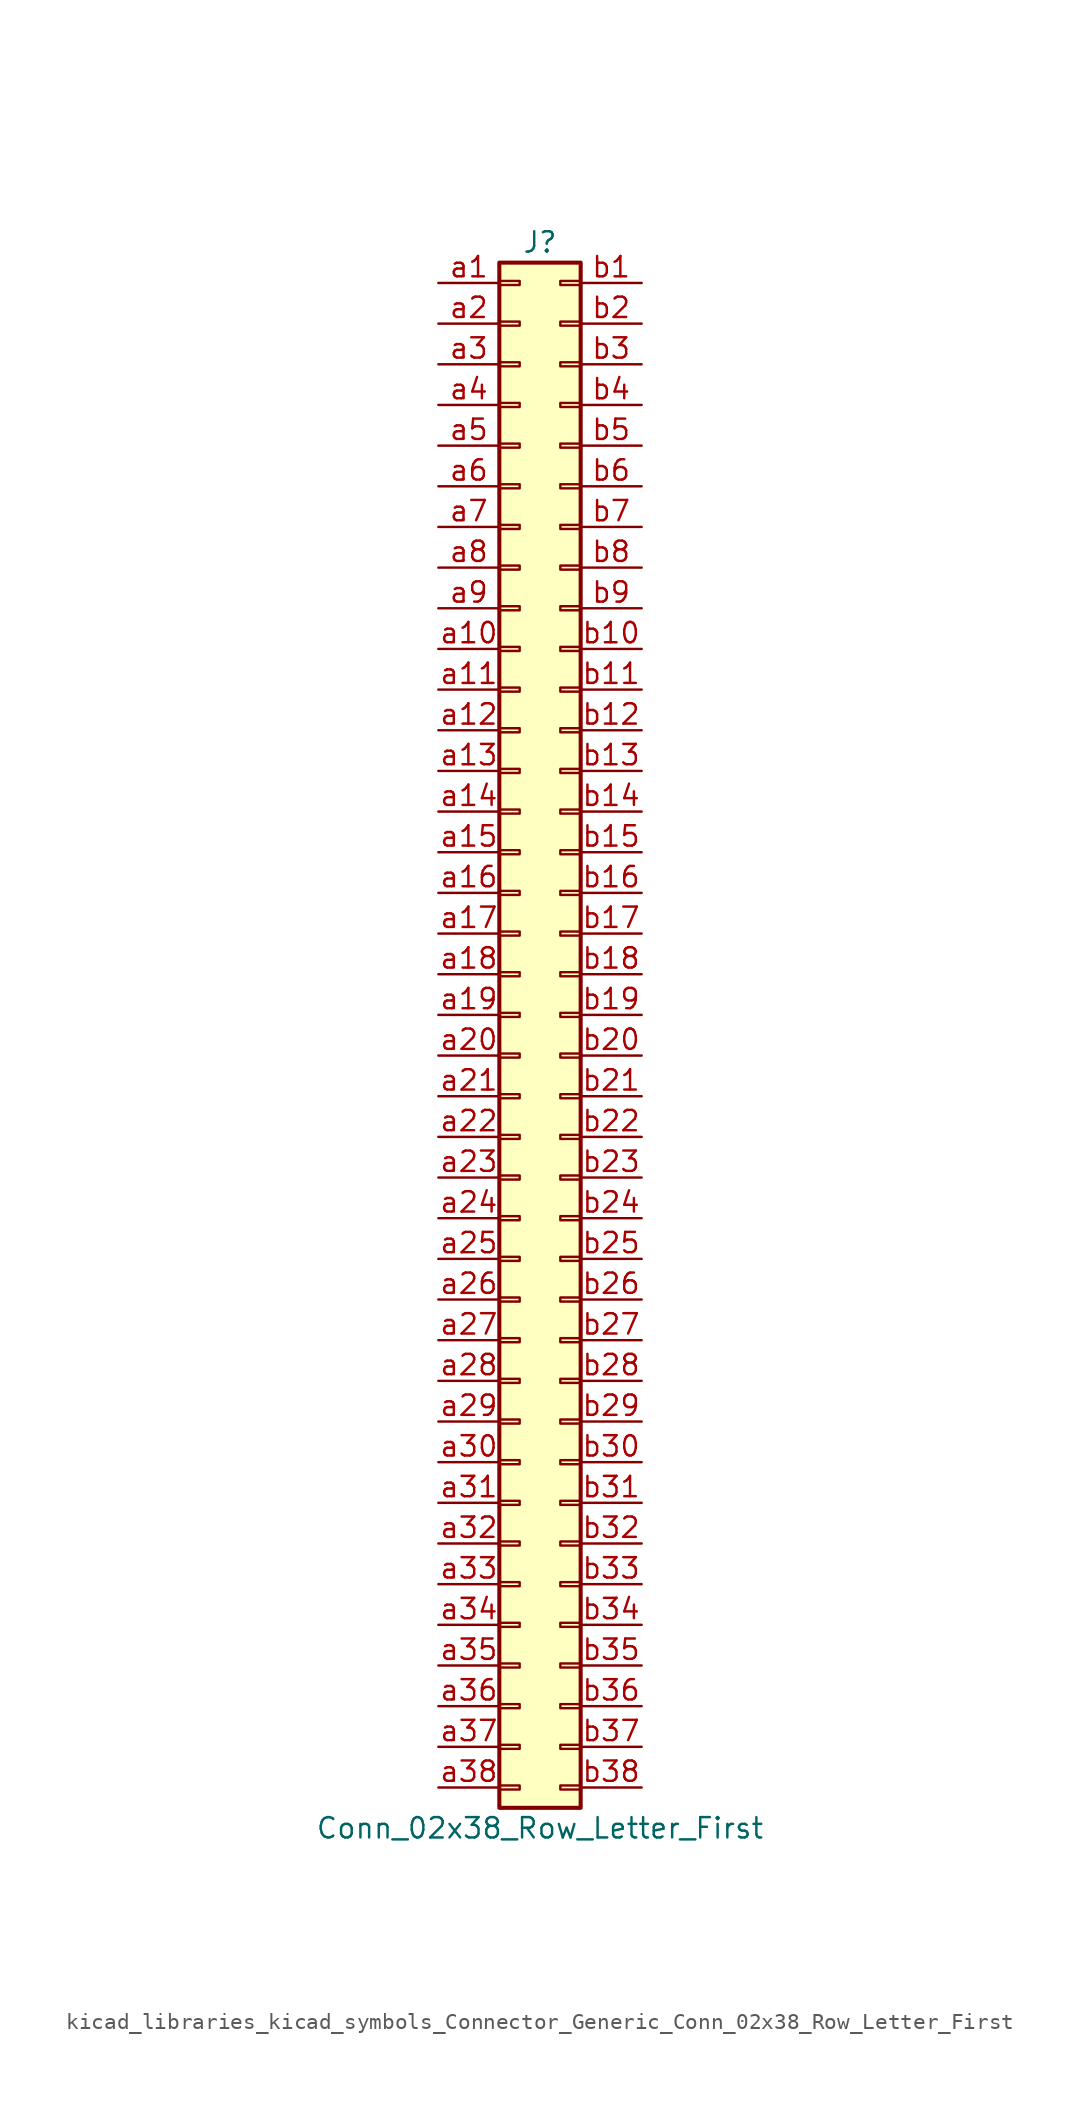
<source format=kicad_sym>
(kicad_symbol_lib
  (version 20220914)
  (generator kicad_symbol_editor)
  (symbol "kicad_libraries_kicad_symbols_Connector_Generic_Conn_02x38_Row_Letter_First"
    (pin_names
      (offset 1.016) hide)
    (property "Reference" "J"
      (at 1.27 48.26 0)
      (effects (font (size 1.27 1.27))))
    (property "Value" "Conn_02x38_Row_Letter_First"
      (at 1.27 -50.8 0)
      (effects (font (size 1.27 1.27))))
    (symbol "kicad_libraries_kicad_symbols_Connector_Generic_Conn_02x38_Row_Letter_First_1_1"
      (rectangle (start -1.27 -48.133) (end 0 -48.387) (stroke (width 0.152) (type default)) (fill (type none)))
      (rectangle (start -1.27 -45.593) (end 0 -45.847) (stroke (width 0.152) (type default)) (fill (type none)))
      (rectangle (start -1.27 -43.053) (end 0 -43.307) (stroke (width 0.152) (type default)) (fill (type none)))
      (rectangle (start -1.27 -40.513) (end 0 -40.767) (stroke (width 0.152) (type default)) (fill (type none)))
      (rectangle (start -1.27 -37.973) (end 0 -38.227) (stroke (width 0.152) (type default)) (fill (type none)))
      (rectangle (start -1.27 -35.433) (end 0 -35.687) (stroke (width 0.152) (type default)) (fill (type none)))
      (rectangle (start -1.27 -32.893) (end 0 -33.147) (stroke (width 0.152) (type default)) (fill (type none)))
      (rectangle (start -1.27 -30.353) (end 0 -30.607) (stroke (width 0.152) (type default)) (fill (type none)))
      (rectangle (start -1.27 -27.813) (end 0 -28.067) (stroke (width 0.152) (type default)) (fill (type none)))
      (rectangle (start -1.27 -25.273) (end 0 -25.527) (stroke (width 0.152) (type default)) (fill (type none)))
      (rectangle (start -1.27 -22.733) (end 0 -22.987) (stroke (width 0.152) (type default)) (fill (type none)))
      (rectangle (start -1.27 -20.193) (end 0 -20.447) (stroke (width 0.152) (type default)) (fill (type none)))
      (rectangle (start -1.27 -17.653) (end 0 -17.907) (stroke (width 0.152) (type default)) (fill (type none)))
      (rectangle (start -1.27 -15.113) (end 0 -15.367) (stroke (width 0.152) (type default)) (fill (type none)))
      (rectangle (start -1.27 -12.573) (end 0 -12.827) (stroke (width 0.152) (type default)) (fill (type none)))
      (rectangle (start -1.27 -10.033) (end 0 -10.287) (stroke (width 0.152) (type default)) (fill (type none)))
      (rectangle (start -1.27 -7.493) (end 0 -7.747) (stroke (width 0.152) (type default)) (fill (type none)))
      (rectangle (start -1.27 -4.953) (end 0 -5.207) (stroke (width 0.152) (type default)) (fill (type none)))
      (rectangle (start -1.27 -2.413) (end 0 -2.667) (stroke (width 0.152) (type default)) (fill (type none)))
      (rectangle (start -1.27 0.127) (end 0 -0.127) (stroke (width 0.152) (type default)) (fill (type none)))
      (rectangle (start -1.27 2.667) (end 0 2.413) (stroke (width 0.152) (type default)) (fill (type none)))
      (rectangle (start -1.27 5.207) (end 0 4.953) (stroke (width 0.152) (type default)) (fill (type none)))
      (rectangle (start -1.27 7.747) (end 0 7.493) (stroke (width 0.152) (type default)) (fill (type none)))
      (rectangle (start -1.27 10.287) (end 0 10.033) (stroke (width 0.152) (type default)) (fill (type none)))
      (rectangle (start -1.27 12.827) (end 0 12.573) (stroke (width 0.152) (type default)) (fill (type none)))
      (rectangle (start -1.27 15.367) (end 0 15.113) (stroke (width 0.152) (type default)) (fill (type none)))
      (rectangle (start -1.27 17.907) (end 0 17.653) (stroke (width 0.152) (type default)) (fill (type none)))
      (rectangle (start -1.27 20.447) (end 0 20.193) (stroke (width 0.152) (type default)) (fill (type none)))
      (rectangle (start -1.27 22.987) (end 0 22.733) (stroke (width 0.152) (type default)) (fill (type none)))
      (rectangle (start -1.27 25.527) (end 0 25.273) (stroke (width 0.152) (type default)) (fill (type none)))
      (rectangle (start -1.27 28.067) (end 0 27.813) (stroke (width 0.152) (type default)) (fill (type none)))
      (rectangle (start -1.27 30.607) (end 0 30.353) (stroke (width 0.152) (type default)) (fill (type none)))
      (rectangle (start -1.27 33.147) (end 0 32.893) (stroke (width 0.152) (type default)) (fill (type none)))
      (rectangle (start -1.27 35.687) (end 0 35.433) (stroke (width 0.152) (type default)) (fill (type none)))
      (rectangle (start -1.27 38.227) (end 0 37.973) (stroke (width 0.152) (type default)) (fill (type none)))
      (rectangle (start -1.27 40.767) (end 0 40.513) (stroke (width 0.152) (type default)) (fill (type none)))
      (rectangle (start -1.27 43.307) (end 0 43.053) (stroke (width 0.152) (type default)) (fill (type none)))
      (rectangle (start -1.27 45.847) (end 0 45.593) (stroke (width 0.152) (type default)) (fill (type none)))
      (rectangle (start -1.27 46.99) (end 3.81 -49.53) (stroke (width 0.254) (type default)) (fill (type background)))
      (rectangle (start 3.81 -48.133) (end 2.54 -48.387) (stroke (width 0.152) (type default)) (fill (type none)))
      (rectangle (start 3.81 -45.593) (end 2.54 -45.847) (stroke (width 0.152) (type default)) (fill (type none)))
      (rectangle (start 3.81 -43.053) (end 2.54 -43.307) (stroke (width 0.152) (type default)) (fill (type none)))
      (rectangle (start 3.81 -40.513) (end 2.54 -40.767) (stroke (width 0.152) (type default)) (fill (type none)))
      (rectangle (start 3.81 -37.973) (end 2.54 -38.227) (stroke (width 0.152) (type default)) (fill (type none)))
      (rectangle (start 3.81 -35.433) (end 2.54 -35.687) (stroke (width 0.152) (type default)) (fill (type none)))
      (rectangle (start 3.81 -32.893) (end 2.54 -33.147) (stroke (width 0.152) (type default)) (fill (type none)))
      (rectangle (start 3.81 -30.353) (end 2.54 -30.607) (stroke (width 0.152) (type default)) (fill (type none)))
      (rectangle (start 3.81 -27.813) (end 2.54 -28.067) (stroke (width 0.152) (type default)) (fill (type none)))
      (rectangle (start 3.81 -25.273) (end 2.54 -25.527) (stroke (width 0.152) (type default)) (fill (type none)))
      (rectangle (start 3.81 -22.733) (end 2.54 -22.987) (stroke (width 0.152) (type default)) (fill (type none)))
      (rectangle (start 3.81 -20.193) (end 2.54 -20.447) (stroke (width 0.152) (type default)) (fill (type none)))
      (rectangle (start 3.81 -17.653) (end 2.54 -17.907) (stroke (width 0.152) (type default)) (fill (type none)))
      (rectangle (start 3.81 -15.113) (end 2.54 -15.367) (stroke (width 0.152) (type default)) (fill (type none)))
      (rectangle (start 3.81 -12.573) (end 2.54 -12.827) (stroke (width 0.152) (type default)) (fill (type none)))
      (rectangle (start 3.81 -10.033) (end 2.54 -10.287) (stroke (width 0.152) (type default)) (fill (type none)))
      (rectangle (start 3.81 -7.493) (end 2.54 -7.747) (stroke (width 0.152) (type default)) (fill (type none)))
      (rectangle (start 3.81 -4.953) (end 2.54 -5.207) (stroke (width 0.152) (type default)) (fill (type none)))
      (rectangle (start 3.81 -2.413) (end 2.54 -2.667) (stroke (width 0.152) (type default)) (fill (type none)))
      (rectangle (start 3.81 0.127) (end 2.54 -0.127) (stroke (width 0.152) (type default)) (fill (type none)))
      (rectangle (start 3.81 2.667) (end 2.54 2.413) (stroke (width 0.152) (type default)) (fill (type none)))
      (rectangle (start 3.81 5.207) (end 2.54 4.953) (stroke (width 0.152) (type default)) (fill (type none)))
      (rectangle (start 3.81 7.747) (end 2.54 7.493) (stroke (width 0.152) (type default)) (fill (type none)))
      (rectangle (start 3.81 10.287) (end 2.54 10.033) (stroke (width 0.152) (type default)) (fill (type none)))
      (rectangle (start 3.81 12.827) (end 2.54 12.573) (stroke (width 0.152) (type default)) (fill (type none)))
      (rectangle (start 3.81 15.367) (end 2.54 15.113) (stroke (width 0.152) (type default)) (fill (type none)))
      (rectangle (start 3.81 17.907) (end 2.54 17.653) (stroke (width 0.152) (type default)) (fill (type none)))
      (rectangle (start 3.81 20.447) (end 2.54 20.193) (stroke (width 0.152) (type default)) (fill (type none)))
      (rectangle (start 3.81 22.987) (end 2.54 22.733) (stroke (width 0.152) (type default)) (fill (type none)))
      (rectangle (start 3.81 25.527) (end 2.54 25.273) (stroke (width 0.152) (type default)) (fill (type none)))
      (rectangle (start 3.81 28.067) (end 2.54 27.813) (stroke (width 0.152) (type default)) (fill (type none)))
      (rectangle (start 3.81 30.607) (end 2.54 30.353) (stroke (width 0.152) (type default)) (fill (type none)))
      (rectangle (start 3.81 33.147) (end 2.54 32.893) (stroke (width 0.152) (type default)) (fill (type none)))
      (rectangle (start 3.81 35.687) (end 2.54 35.433) (stroke (width 0.152) (type default)) (fill (type none)))
      (rectangle (start 3.81 38.227) (end 2.54 37.973) (stroke (width 0.152) (type default)) (fill (type none)))
      (rectangle (start 3.81 40.767) (end 2.54 40.513) (stroke (width 0.152) (type default)) (fill (type none)))
      (rectangle (start 3.81 43.307) (end 2.54 43.053) (stroke (width 0.152) (type default)) (fill (type none)))
      (rectangle (start 3.81 45.847) (end 2.54 45.593) (stroke (width 0.152) (type default)) (fill (type none)))
      (pin passive line (at -5.08 45.72 0) (length 3.81) (name "Pin_a1" (effects (font (size 1.27 1.27)))) (number "a1" (effects (font (size 1.27 1.27)))))
      (pin passive line (at -5.08 22.86 0) (length 3.81) (name "Pin_a10" (effects (font (size 1.27 1.27)))) (number "a10" (effects (font (size 1.27 1.27)))))
      (pin passive line (at -5.08 20.32 0) (length 3.81) (name "Pin_a11" (effects (font (size 1.27 1.27)))) (number "a11" (effects (font (size 1.27 1.27)))))
      (pin passive line (at -5.08 17.78 0) (length 3.81) (name "Pin_a12" (effects (font (size 1.27 1.27)))) (number "a12" (effects (font (size 1.27 1.27)))))
      (pin passive line (at -5.08 15.24 0) (length 3.81) (name "Pin_a13" (effects (font (size 1.27 1.27)))) (number "a13" (effects (font (size 1.27 1.27)))))
      (pin passive line (at -5.08 12.7 0) (length 3.81) (name "Pin_a14" (effects (font (size 1.27 1.27)))) (number "a14" (effects (font (size 1.27 1.27)))))
      (pin passive line (at -5.08 10.16 0) (length 3.81) (name "Pin_a15" (effects (font (size 1.27 1.27)))) (number "a15" (effects (font (size 1.27 1.27)))))
      (pin passive line (at -5.08 7.62 0) (length 3.81) (name "Pin_a16" (effects (font (size 1.27 1.27)))) (number "a16" (effects (font (size 1.27 1.27)))))
      (pin passive line (at -5.08 5.08 0) (length 3.81) (name "Pin_a17" (effects (font (size 1.27 1.27)))) (number "a17" (effects (font (size 1.27 1.27)))))
      (pin passive line (at -5.08 2.54 0) (length 3.81) (name "Pin_a18" (effects (font (size 1.27 1.27)))) (number "a18" (effects (font (size 1.27 1.27)))))
      (pin passive line (at -5.08 0 0) (length 3.81) (name "Pin_a19" (effects (font (size 1.27 1.27)))) (number "a19" (effects (font (size 1.27 1.27)))))
      (pin passive line (at -5.08 43.18 0) (length 3.81) (name "Pin_a2" (effects (font (size 1.27 1.27)))) (number "a2" (effects (font (size 1.27 1.27)))))
      (pin passive line (at -5.08 -2.54 0) (length 3.81) (name "Pin_a20" (effects (font (size 1.27 1.27)))) (number "a20" (effects (font (size 1.27 1.27)))))
      (pin passive line (at -5.08 -5.08 0) (length 3.81) (name "Pin_a21" (effects (font (size 1.27 1.27)))) (number "a21" (effects (font (size 1.27 1.27)))))
      (pin passive line (at -5.08 -7.62 0) (length 3.81) (name "Pin_a22" (effects (font (size 1.27 1.27)))) (number "a22" (effects (font (size 1.27 1.27)))))
      (pin passive line (at -5.08 -10.16 0) (length 3.81) (name "Pin_a23" (effects (font (size 1.27 1.27)))) (number "a23" (effects (font (size 1.27 1.27)))))
      (pin passive line (at -5.08 -12.7 0) (length 3.81) (name "Pin_a24" (effects (font (size 1.27 1.27)))) (number "a24" (effects (font (size 1.27 1.27)))))
      (pin passive line (at -5.08 -15.24 0) (length 3.81) (name "Pin_a25" (effects (font (size 1.27 1.27)))) (number "a25" (effects (font (size 1.27 1.27)))))
      (pin passive line (at -5.08 -17.78 0) (length 3.81) (name "Pin_a26" (effects (font (size 1.27 1.27)))) (number "a26" (effects (font (size 1.27 1.27)))))
      (pin passive line (at -5.08 -20.32 0) (length 3.81) (name "Pin_a27" (effects (font (size 1.27 1.27)))) (number "a27" (effects (font (size 1.27 1.27)))))
      (pin passive line (at -5.08 -22.86 0) (length 3.81) (name "Pin_a28" (effects (font (size 1.27 1.27)))) (number "a28" (effects (font (size 1.27 1.27)))))
      (pin passive line (at -5.08 -25.4 0) (length 3.81) (name "Pin_a29" (effects (font (size 1.27 1.27)))) (number "a29" (effects (font (size 1.27 1.27)))))
      (pin passive line (at -5.08 40.64 0) (length 3.81) (name "Pin_a3" (effects (font (size 1.27 1.27)))) (number "a3" (effects (font (size 1.27 1.27)))))
      (pin passive line (at -5.08 -27.94 0) (length 3.81) (name "Pin_a30" (effects (font (size 1.27 1.27)))) (number "a30" (effects (font (size 1.27 1.27)))))
      (pin passive line (at -5.08 -30.48 0) (length 3.81) (name "Pin_a31" (effects (font (size 1.27 1.27)))) (number "a31" (effects (font (size 1.27 1.27)))))
      (pin passive line (at -5.08 -33.02 0) (length 3.81) (name "Pin_a32" (effects (font (size 1.27 1.27)))) (number "a32" (effects (font (size 1.27 1.27)))))
      (pin passive line (at -5.08 -35.56 0) (length 3.81) (name "Pin_a33" (effects (font (size 1.27 1.27)))) (number "a33" (effects (font (size 1.27 1.27)))))
      (pin passive line (at -5.08 -38.1 0) (length 3.81) (name "Pin_a34" (effects (font (size 1.27 1.27)))) (number "a34" (effects (font (size 1.27 1.27)))))
      (pin passive line (at -5.08 -40.64 0) (length 3.81) (name "Pin_a35" (effects (font (size 1.27 1.27)))) (number "a35" (effects (font (size 1.27 1.27)))))
      (pin passive line (at -5.08 -43.18 0) (length 3.81) (name "Pin_a36" (effects (font (size 1.27 1.27)))) (number "a36" (effects (font (size 1.27 1.27)))))
      (pin passive line (at -5.08 -45.72 0) (length 3.81) (name "Pin_a37" (effects (font (size 1.27 1.27)))) (number "a37" (effects (font (size 1.27 1.27)))))
      (pin passive line (at -5.08 -48.26 0) (length 3.81) (name "Pin_a38" (effects (font (size 1.27 1.27)))) (number "a38" (effects (font (size 1.27 1.27)))))
      (pin passive line (at -5.08 38.1 0) (length 3.81) (name "Pin_a4" (effects (font (size 1.27 1.27)))) (number "a4" (effects (font (size 1.27 1.27)))))
      (pin passive line (at -5.08 35.56 0) (length 3.81) (name "Pin_a5" (effects (font (size 1.27 1.27)))) (number "a5" (effects (font (size 1.27 1.27)))))
      (pin passive line (at -5.08 33.02 0) (length 3.81) (name "Pin_a6" (effects (font (size 1.27 1.27)))) (number "a6" (effects (font (size 1.27 1.27)))))
      (pin passive line (at -5.08 30.48 0) (length 3.81) (name "Pin_a7" (effects (font (size 1.27 1.27)))) (number "a7" (effects (font (size 1.27 1.27)))))
      (pin passive line (at -5.08 27.94 0) (length 3.81) (name "Pin_a8" (effects (font (size 1.27 1.27)))) (number "a8" (effects (font (size 1.27 1.27)))))
      (pin passive line (at -5.08 25.4 0) (length 3.81) (name "Pin_a9" (effects (font (size 1.27 1.27)))) (number "a9" (effects (font (size 1.27 1.27)))))
      (pin passive line (at 7.62 45.72 180) (length 3.81) (name "Pin_b1" (effects (font (size 1.27 1.27)))) (number "b1" (effects (font (size 1.27 1.27)))))
      (pin passive line (at 7.62 22.86 180) (length 3.81) (name "Pin_b10" (effects (font (size 1.27 1.27)))) (number "b10" (effects (font (size 1.27 1.27)))))
      (pin passive line (at 7.62 20.32 180) (length 3.81) (name "Pin_b11" (effects (font (size 1.27 1.27)))) (number "b11" (effects (font (size 1.27 1.27)))))
      (pin passive line (at 7.62 17.78 180) (length 3.81) (name "Pin_b12" (effects (font (size 1.27 1.27)))) (number "b12" (effects (font (size 1.27 1.27)))))
      (pin passive line (at 7.62 15.24 180) (length 3.81) (name "Pin_b13" (effects (font (size 1.27 1.27)))) (number "b13" (effects (font (size 1.27 1.27)))))
      (pin passive line (at 7.62 12.7 180) (length 3.81) (name "Pin_b14" (effects (font (size 1.27 1.27)))) (number "b14" (effects (font (size 1.27 1.27)))))
      (pin passive line (at 7.62 10.16 180) (length 3.81) (name "Pin_b15" (effects (font (size 1.27 1.27)))) (number "b15" (effects (font (size 1.27 1.27)))))
      (pin passive line (at 7.62 7.62 180) (length 3.81) (name "Pin_b16" (effects (font (size 1.27 1.27)))) (number "b16" (effects (font (size 1.27 1.27)))))
      (pin passive line (at 7.62 5.08 180) (length 3.81) (name "Pin_b17" (effects (font (size 1.27 1.27)))) (number "b17" (effects (font (size 1.27 1.27)))))
      (pin passive line (at 7.62 2.54 180) (length 3.81) (name "Pin_b18" (effects (font (size 1.27 1.27)))) (number "b18" (effects (font (size 1.27 1.27)))))
      (pin passive line (at 7.62 0 180) (length 3.81) (name "Pin_b19" (effects (font (size 1.27 1.27)))) (number "b19" (effects (font (size 1.27 1.27)))))
      (pin passive line (at 7.62 43.18 180) (length 3.81) (name "Pin_b2" (effects (font (size 1.27 1.27)))) (number "b2" (effects (font (size 1.27 1.27)))))
      (pin passive line (at 7.62 -2.54 180) (length 3.81) (name "Pin_b20" (effects (font (size 1.27 1.27)))) (number "b20" (effects (font (size 1.27 1.27)))))
      (pin passive line (at 7.62 -5.08 180) (length 3.81) (name "Pin_b21" (effects (font (size 1.27 1.27)))) (number "b21" (effects (font (size 1.27 1.27)))))
      (pin passive line (at 7.62 -7.62 180) (length 3.81) (name "Pin_b22" (effects (font (size 1.27 1.27)))) (number "b22" (effects (font (size 1.27 1.27)))))
      (pin passive line (at 7.62 -10.16 180) (length 3.81) (name "Pin_b23" (effects (font (size 1.27 1.27)))) (number "b23" (effects (font (size 1.27 1.27)))))
      (pin passive line (at 7.62 -12.7 180) (length 3.81) (name "Pin_b24" (effects (font (size 1.27 1.27)))) (number "b24" (effects (font (size 1.27 1.27)))))
      (pin passive line (at 7.62 -15.24 180) (length 3.81) (name "Pin_b25" (effects (font (size 1.27 1.27)))) (number "b25" (effects (font (size 1.27 1.27)))))
      (pin passive line (at 7.62 -17.78 180) (length 3.81) (name "Pin_b26" (effects (font (size 1.27 1.27)))) (number "b26" (effects (font (size 1.27 1.27)))))
      (pin passive line (at 7.62 -20.32 180) (length 3.81) (name "Pin_b27" (effects (font (size 1.27 1.27)))) (number "b27" (effects (font (size 1.27 1.27)))))
      (pin passive line (at 7.62 -22.86 180) (length 3.81) (name "Pin_b28" (effects (font (size 1.27 1.27)))) (number "b28" (effects (font (size 1.27 1.27)))))
      (pin passive line (at 7.62 -25.4 180) (length 3.81) (name "Pin_b29" (effects (font (size 1.27 1.27)))) (number "b29" (effects (font (size 1.27 1.27)))))
      (pin passive line (at 7.62 40.64 180) (length 3.81) (name "Pin_b3" (effects (font (size 1.27 1.27)))) (number "b3" (effects (font (size 1.27 1.27)))))
      (pin passive line (at 7.62 -27.94 180) (length 3.81) (name "Pin_b30" (effects (font (size 1.27 1.27)))) (number "b30" (effects (font (size 1.27 1.27)))))
      (pin passive line (at 7.62 -30.48 180) (length 3.81) (name "Pin_b31" (effects (font (size 1.27 1.27)))) (number "b31" (effects (font (size 1.27 1.27)))))
      (pin passive line (at 7.62 -33.02 180) (length 3.81) (name "Pin_b32" (effects (font (size 1.27 1.27)))) (number "b32" (effects (font (size 1.27 1.27)))))
      (pin passive line (at 7.62 -35.56 180) (length 3.81) (name "Pin_b33" (effects (font (size 1.27 1.27)))) (number "b33" (effects (font (size 1.27 1.27)))))
      (pin passive line (at 7.62 -38.1 180) (length 3.81) (name "Pin_b34" (effects (font (size 1.27 1.27)))) (number "b34" (effects (font (size 1.27 1.27)))))
      (pin passive line (at 7.62 -40.64 180) (length 3.81) (name "Pin_b35" (effects (font (size 1.27 1.27)))) (number "b35" (effects (font (size 1.27 1.27)))))
      (pin passive line (at 7.62 -43.18 180) (length 3.81) (name "Pin_b36" (effects (font (size 1.27 1.27)))) (number "b36" (effects (font (size 1.27 1.27)))))
      (pin passive line (at 7.62 -45.72 180) (length 3.81) (name "Pin_b37" (effects (font (size 1.27 1.27)))) (number "b37" (effects (font (size 1.27 1.27)))))
      (pin passive line (at 7.62 -48.26 180) (length 3.81) (name "Pin_b38" (effects (font (size 1.27 1.27)))) (number "b38" (effects (font (size 1.27 1.27)))))
      (pin passive line (at 7.62 38.1 180) (length 3.81) (name "Pin_b4" (effects (font (size 1.27 1.27)))) (number "b4" (effects (font (size 1.27 1.27)))))
      (pin passive line (at 7.62 35.56 180) (length 3.81) (name "Pin_b5" (effects (font (size 1.27 1.27)))) (number "b5" (effects (font (size 1.27 1.27)))))
      (pin passive line (at 7.62 33.02 180) (length 3.81) (name "Pin_b6" (effects (font (size 1.27 1.27)))) (number "b6" (effects (font (size 1.27 1.27)))))
      (pin passive line (at 7.62 30.48 180) (length 3.81) (name "Pin_b7" (effects (font (size 1.27 1.27)))) (number "b7" (effects (font (size 1.27 1.27)))))
      (pin passive line (at 7.62 27.94 180) (length 3.81) (name "Pin_b8" (effects (font (size 1.27 1.27)))) (number "b8" (effects (font (size 1.27 1.27)))))
      (pin passive line (at 7.62 25.4 180) (length 3.81) (name "Pin_b9" (effects (font (size 1.27 1.27)))) (number "b9" (effects (font (size 1.27 1.27))))))))
</source>
